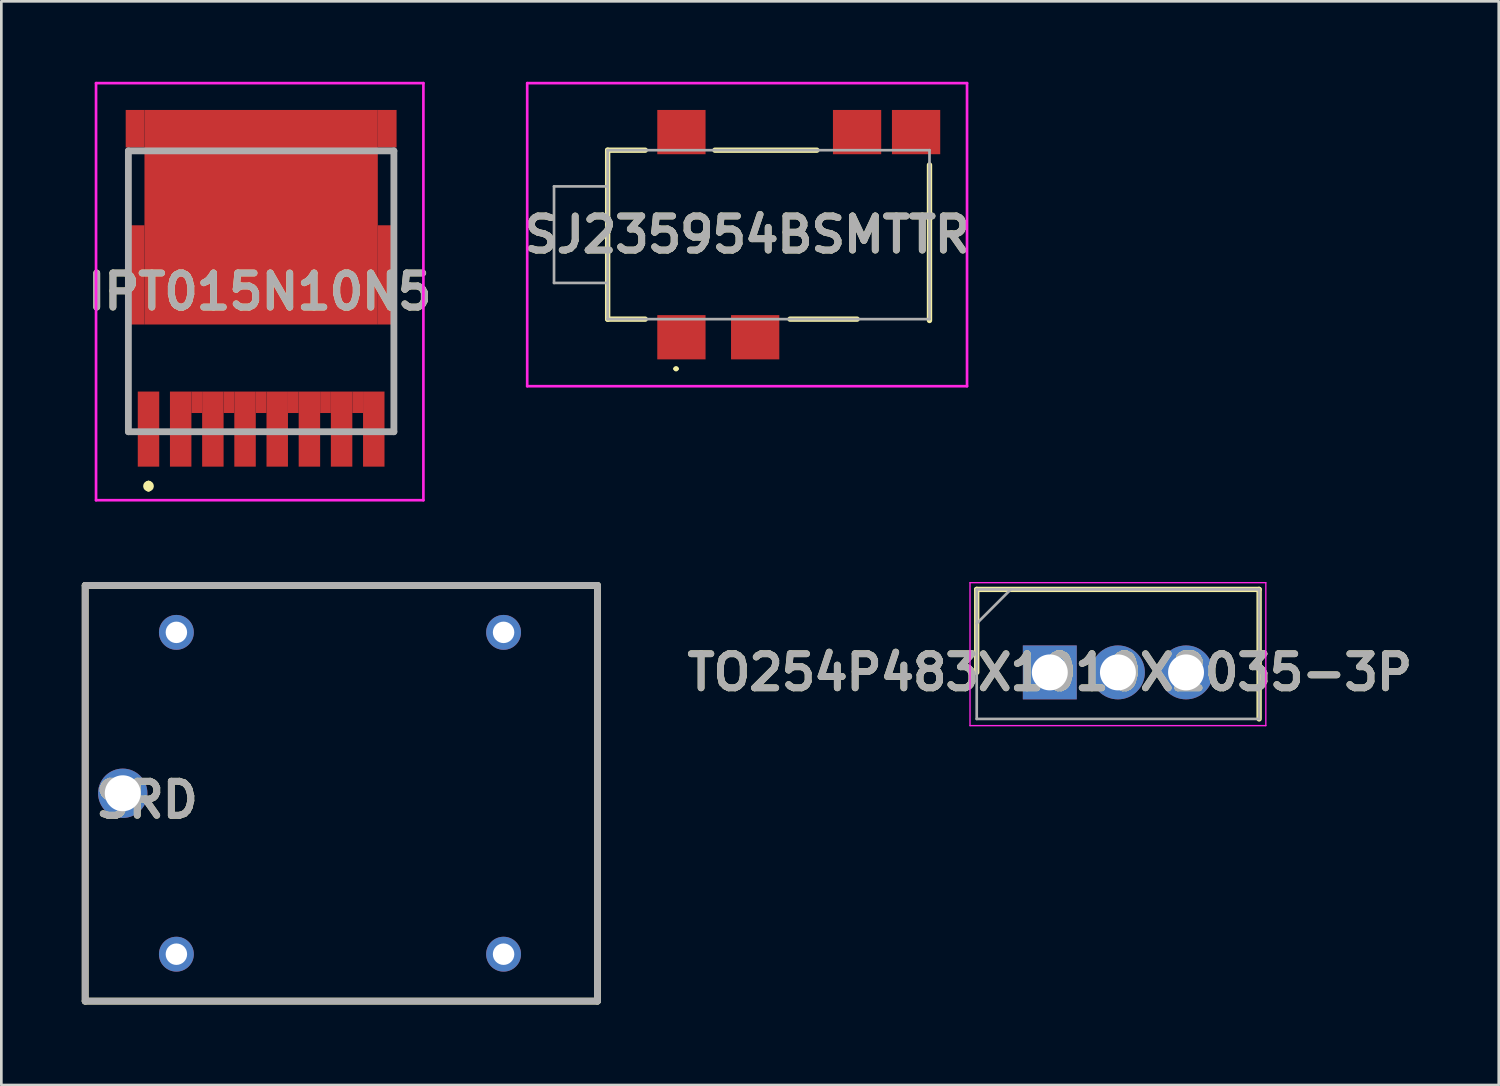
<source format=kicad_pcb>
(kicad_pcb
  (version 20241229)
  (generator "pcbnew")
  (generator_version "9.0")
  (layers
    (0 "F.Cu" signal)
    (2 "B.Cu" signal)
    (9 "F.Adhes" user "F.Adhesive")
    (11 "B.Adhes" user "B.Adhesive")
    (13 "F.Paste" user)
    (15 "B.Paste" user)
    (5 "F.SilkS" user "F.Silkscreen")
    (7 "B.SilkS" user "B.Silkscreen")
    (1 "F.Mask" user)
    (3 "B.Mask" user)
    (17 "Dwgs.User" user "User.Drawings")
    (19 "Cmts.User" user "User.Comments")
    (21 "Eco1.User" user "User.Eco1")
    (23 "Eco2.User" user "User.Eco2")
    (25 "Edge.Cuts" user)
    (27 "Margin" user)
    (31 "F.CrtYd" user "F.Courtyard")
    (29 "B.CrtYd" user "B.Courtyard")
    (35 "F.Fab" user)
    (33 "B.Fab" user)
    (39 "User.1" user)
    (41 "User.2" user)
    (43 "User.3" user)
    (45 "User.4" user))
  (footprint "TO254P483X1010X2035-3P"
    (layer "F.Cu")
    (at 36.094 22.022)
    (property "Reference" "TO254P483X1010X2035-3P" (at 0 0 0) (layer "F.SilkS") (effects (font (size 1.27 1.27) (thickness 0.254))))
    (attr through_hole)
    (fp_line (start -2.725 -3.095) (end -2.725 0) (stroke (width 0.2) (type solid)) (layer "F.SilkS"))
    (fp_line (start 7.805 -3.095) (end -2.725 -3.095) (stroke (width 0.2) (type solid)) (layer "F.SilkS"))
    (fp_line (start 7.805 1.735) (end 7.805 -3.095) (stroke (width 0.2) (type solid)) (layer "F.SilkS"))
    (fp_line (start -2.975 -3.345) (end 8.055 -3.345) (stroke (width 0.05) (type solid)) (layer "F.CrtYd"))
    (fp_line (start -2.975 1.985) (end -2.975 -3.345) (stroke (width 0.05) (type solid)) (layer "F.CrtYd"))
    (fp_line (start 8.055 -3.345) (end 8.055 1.985) (stroke (width 0.05) (type solid)) (layer "F.CrtYd"))
    (fp_line (start 8.055 1.985) (end -2.975 1.985) (stroke (width 0.05) (type solid)) (layer "F.CrtYd"))
    (fp_line (start -2.725 -3.095) (end 7.805 -3.095) (stroke (width 0.1) (type solid)) (layer "F.Fab"))
    (fp_line (start -2.725 -1.825) (end -1.455 -3.095) (stroke (width 0.1) (type solid)) (layer "F.Fab"))
    (fp_line (start -2.725 1.735) (end -2.725 -3.095) (stroke (width 0.1) (type solid)) (layer "F.Fab"))
    (fp_line (start 7.805 -3.095) (end 7.805 1.735) (stroke (width 0.1) (type solid)) (layer "F.Fab"))
    (fp_line (start 7.805 1.735) (end -2.725 1.735) (stroke (width 0.1) (type solid)) (layer "F.Fab"))
    (fp_text user "${REFERENCE}" (at 0 0 0) (layer "F.Fab") (effects (font (size 1.27 1.27) (thickness 0.254))))
    (pad "1" thru_hole rect (at 0 0) (size 2.01 2.01) (drill 1.34) (layers "*.Cu" "*.Mask"))
    (pad "2" thru_hole circle (at 2.54 0) (size 2.01 2.01) (drill 1.34) (layers "*.Cu" "*.Mask"))
    (pad "3" thru_hole circle (at 5.08 0) (size 2.01 2.01) (drill 1.34) (layers "*.Cu" "*.Mask")))
  (footprint "SJ235954BSMTTR"
    (layer "F.Cu")
    (at 24.808 5.7)
    (property "Reference" "SJ235954BSMTTR" (at 0 0 0) (layer "F.SilkS") (effects (font (size 1.27 1.27) (thickness 0.254))))
    (attr through_hole)
    (fp_line (start -5.2 -3.15) (end -5.2 3.15) (stroke (width 0.2) (type solid)) (layer "F.SilkS"))
    (fp_line (start -5.2 3.15) (end -3.8 3.15) (stroke (width 0.2) (type solid)) (layer "F.SilkS"))
    (fp_line (start -3.8 -3.15) (end -5.2 -3.15) (stroke (width 0.2) (type solid)) (layer "F.SilkS"))
    (fp_line (start -2.7 5) (end -2.7 5) (stroke (width 0.1) (type solid)) (layer "F.SilkS"))
    (fp_line (start -2.6 5) (end -2.6 5) (stroke (width 0.1) (type solid)) (layer "F.SilkS"))
    (fp_line (start -1.2 -3.15) (end 2.6 -3.15) (stroke (width 0.2) (type solid)) (layer "F.SilkS"))
    (fp_line (start 1.6 3.15) (end 4.1 3.15) (stroke (width 0.2) (type solid)) (layer "F.SilkS"))
    (fp_line (start 6.8 -2.6) (end 6.8 3.2) (stroke (width 0.2) (type solid)) (layer "F.SilkS"))
    (fp_arc (start -2.7 5) (mid -2.65 4.95) (end -2.6 5) (stroke (width 0.1) (type solid)) (layer "F.SilkS"))
    (fp_arc (start -2.6 5) (mid -2.65 5.05) (end -2.7 5) (stroke (width 0.1) (type solid)) (layer "F.SilkS"))
    (fp_line (start -8.2 -5.65) (end 8.2 -5.65) (stroke (width 0.1) (type solid)) (layer "F.CrtYd"))
    (fp_line (start -8.2 5.65) (end -8.2 -5.65) (stroke (width 0.1) (type solid)) (layer "F.CrtYd"))
    (fp_line (start 8.2 -5.65) (end 8.2 5.65) (stroke (width 0.1) (type solid)) (layer "F.CrtYd"))
    (fp_line (start 8.2 5.65) (end -8.2 5.65) (stroke (width 0.1) (type solid)) (layer "F.CrtYd"))
    (fp_line (start -7.2 -1.8) (end -7.2 1.8) (stroke (width 0.1) (type solid)) (layer "F.Fab"))
    (fp_line (start -7.2 1.8) (end -5.2 1.8) (stroke (width 0.1) (type solid)) (layer "F.Fab"))
    (fp_line (start -5.2 -3.15) (end 6.8 -3.15) (stroke (width 0.1) (type solid)) (layer "F.Fab"))
    (fp_line (start -5.2 -1.8) (end -7.2 -1.8) (stroke (width 0.1) (type solid)) (layer "F.Fab"))
    (fp_line (start -5.2 3.15) (end -5.2 -3.15) (stroke (width 0.1) (type solid)) (layer "F.Fab"))
    (fp_line (start 6.8 -3.15) (end 6.8 3.15) (stroke (width 0.1) (type solid)) (layer "F.Fab"))
    (fp_line (start 6.8 3.15) (end -5.2 3.15) (stroke (width 0.1) (type solid)) (layer "F.Fab"))
    (fp_text user "${REFERENCE}" (at 0 0 0) (layer "F.Fab") (effects (font (size 1.27 1.27) (thickness 0.254))))
    (pad "" np_thru_hole circle (at 5.35 0) (size 0.001 0.001) (drill 1.3) (layers "*.Cu" "*.Mask"))
    (pad "1" smd rect (at -2.45 3.825 90) (size 1.65 1.8) (layers "F.Cu" "F.Mask" "F.Paste"))
    (pad "2" smd rect (at 4.1 -3.825 90) (size 1.65 1.8) (layers "F.Cu" "F.Mask" "F.Paste"))
    (pad "3" smd rect (at 0.3 3.825 90) (size 1.65 1.8) (layers "F.Cu" "F.Mask" "F.Paste"))
    (pad "4" smd rect (at -2.45 -3.825 90) (size 1.65 1.8) (layers "F.Cu" "F.Mask" "F.Paste"))
    (pad "10" smd rect (at 6.3 -3.825 90) (size 1.65 1.8) (layers "F.Cu" "F.Mask" "F.Paste")))
  (footprint "IPT015N10N5"
    (layer "F.Cu")
    (at 6.584 8.176)
    (property "Reference" "IPT015N10N5" (at 0.05 -0.35 0) (layer "F.SilkS") (effects (font (size 1.27 1.27) (thickness 0.254))))
    (attr smd)
    (fp_line (start -4.847 -5.503) (end -4.847 -3.171) (stroke (width 0.1) (type solid)) (layer "F.SilkS"))
    (fp_line (start -4.847 4.872) (end -4.847 1.231) (stroke (width 0.1) (type solid)) (layer "F.SilkS"))
    (fp_line (start -4.097 6.8) (end -4.097 6.8) (stroke (width 0.2) (type solid)) (layer "F.SilkS"))
    (fp_line (start -4.097 7) (end -4.097 7) (stroke (width 0.2) (type solid)) (layer "F.SilkS"))
    (fp_line (start 5.053 -5.503) (end 5.053 -3.171) (stroke (width 0.1) (type solid)) (layer "F.SilkS"))
    (fp_line (start 5.053 4.872) (end 5.053 1.231) (stroke (width 0.1) (type solid)) (layer "F.SilkS"))
    (fp_arc (start -4.097 6.8) (mid -3.997 6.9) (end -4.097 7) (stroke (width 0.2) (type solid)) (layer "F.SilkS"))
    (fp_arc (start -4.097 7) (mid -4.197 6.9) (end -4.097 6.8) (stroke (width 0.2) (type solid)) (layer "F.SilkS"))
    (fp_line (start -6.053 -8.126) (end 6.153 -8.126) (stroke (width 0.1) (type solid)) (layer "F.CrtYd"))
    (fp_line (start -6.053 7.426) (end -6.053 -8.126) (stroke (width 0.1) (type solid)) (layer "F.CrtYd"))
    (fp_line (start 6.153 -8.126) (end 6.153 7.426) (stroke (width 0.1) (type solid)) (layer "F.CrtYd"))
    (fp_line (start 6.153 7.426) (end -6.053 7.426) (stroke (width 0.1) (type solid)) (layer "F.CrtYd"))
    (fp_line (start -4.847 -5.6) (end 5.053 -5.6) (stroke (width 0.254) (type solid)) (layer "F.Fab"))
    (fp_line (start -4.847 4.872) (end -4.847 -5.6) (stroke (width 0.254) (type solid)) (layer "F.Fab"))
    (fp_line (start 5.053 -5.6) (end 5.053 4.872) (stroke (width 0.254) (type solid)) (layer "F.Fab"))
    (fp_line (start 5.053 4.872) (end -4.847 4.872) (stroke (width 0.254) (type solid)) (layer "F.Fab"))
    (fp_text user "${REFERENCE}" (at 0.05 -0.35 0) (layer "F.Fab") (effects (font (size 1.27 1.27) (thickness 0.254))))
    (pad "1" smd rect (at -4.097 4.774) (size 0.8 2.8) (layers "F.Cu" "F.Mask" "F.Paste"))
    (pad "2" smd rect (at -2.897 4.774) (size 0.8 2.8) (layers "F.Cu" "F.Mask" "F.Paste"))
    (pad "3" smd rect (at -1.697 4.774) (size 0.8 2.8) (layers "F.Cu" "F.Mask" "F.Paste"))
    (pad "4" smd rect (at -0.497 4.774) (size 0.8 2.8) (layers "F.Cu" "F.Mask" "F.Paste"))
    (pad "5" smd rect (at 0.703 4.774) (size 0.8 2.8) (layers "F.Cu" "F.Mask" "F.Paste"))
    (pad "6" smd rect (at 1.903 4.774) (size 0.8 2.8) (layers "F.Cu" "F.Mask" "F.Paste"))
    (pad "7" smd rect (at 3.103 4.774) (size 0.8 2.8) (layers "F.Cu" "F.Mask" "F.Paste"))
    (pad "8" smd rect (at 4.303 4.774) (size 0.8 2.8) (layers "F.Cu" "F.Mask" "F.Paste"))
    (pad "9" smd rect (at 0.103 -3.126 90) (size 8 8.7) (layers "F.Cu" "F.Mask" "F.Paste"))
    (pad "10" smd rect (at -2.297 3.774) (size 0.4 0.8) (layers "F.Cu" "F.Mask" "F.Paste"))
    (pad "11" smd rect (at -1.097 3.774) (size 0.4 0.8) (layers "F.Cu" "F.Mask" "F.Paste"))
    (pad "12" smd rect (at 0.103 3.774) (size 0.4 0.8) (layers "F.Cu" "F.Mask" "F.Paste"))
    (pad "13" smd rect (at 1.303 3.774) (size 0.4 0.8) (layers "F.Cu" "F.Mask" "F.Paste"))
    (pad "14" smd rect (at 2.503 3.774) (size 0.4 0.8) (layers "F.Cu" "F.Mask" "F.Paste"))
    (pad "15" smd rect (at 3.703 3.774) (size 0.4 0.8) (layers "F.Cu" "F.Mask" "F.Paste"))
    (pad "16" smd rect (at -4.597 -0.976) (size 0.7 3.7) (layers "F.Cu" "F.Mask" "F.Paste"))
    (pad "17" smd rect (at 4.803 -0.976) (size 0.7 3.7) (layers "F.Cu" "F.Mask" "F.Paste"))
    (pad "18" smd rect (at -4.597 -6.426) (size 0.7 1.4) (layers "F.Cu" "F.Mask" "F.Paste"))
    (pad "19" smd rect (at 4.803 -6.426) (size 0.7 1.4) (layers "F.Cu" "F.Mask" "F.Paste")))
  (footprint "SRD"
    (layer "F.Cu")
    (at 1.527 26.529)
    (property "Reference" "SRD" (at 0.904 0.247 0) (layer "F.SilkS") (effects (font (size 1.27 1.27) (thickness 0.254))))
    (attr through_hole)
    (fp_line (start -1.4 -7.75) (end 17.7 -7.75) (stroke (width 0.254) (type solid)) (layer "F.SilkS"))
    (fp_line (start -1.4 7.75) (end -1.4 -7.75) (stroke (width 0.254) (type solid)) (layer "F.SilkS"))
    (fp_line (start 17.7 -7.75) (end 17.7 7.75) (stroke (width 0.254) (type solid)) (layer "F.SilkS"))
    (fp_line (start 17.7 7.75) (end -1.4 7.75) (stroke (width 0.254) (type solid)) (layer "F.SilkS"))
    (fp_line (start -1.4 -7.75) (end 17.7 -7.75) (stroke (width 0.254) (type solid)) (layer "F.Fab"))
    (fp_line (start -1.4 7.75) (end -1.4 -7.75) (stroke (width 0.254) (type solid)) (layer "F.Fab"))
    (fp_line (start 17.7 -7.75) (end 17.7 7.75) (stroke (width 0.254) (type solid)) (layer "F.Fab"))
    (fp_line (start 17.7 7.75) (end -1.4 7.75) (stroke (width 0.254) (type solid)) (layer "F.Fab"))
    (fp_text user "${REFERENCE}" (at 0.904 0.247 0) (layer "F.Fab") (effects (font (size 1.27 1.27) (thickness 0.254))))
    (pad "1" thru_hole circle (at 0 0) (size 1.84 1.84) (drill 1.34) (layers "*.Cu" "*.Mask"))
    (pad "2" thru_hole circle (at 2 -6) (size 1.3 1.3) (drill 0.8) (layers "*.Cu" "*.Mask"))
    (pad "3" thru_hole circle (at 2 6) (size 1.3 1.3) (drill 0.8) (layers "*.Cu" "*.Mask"))
    (pad "4" thru_hole circle (at 14.2 -6) (size 1.3 1.3) (drill 0.8) (layers "*.Cu" "*.Mask"))
    (pad "5" thru_hole circle (at 14.2 6) (size 1.3 1.3) (drill 0.8) (layers "*.Cu" "*.Mask")))
  (gr_rect
    (start -3 -3)
    (end 52.834 37.406)
    (stroke (width 0.1) (type default))
    (fill no)
    (layer "Edge.Cuts")))
</source>
